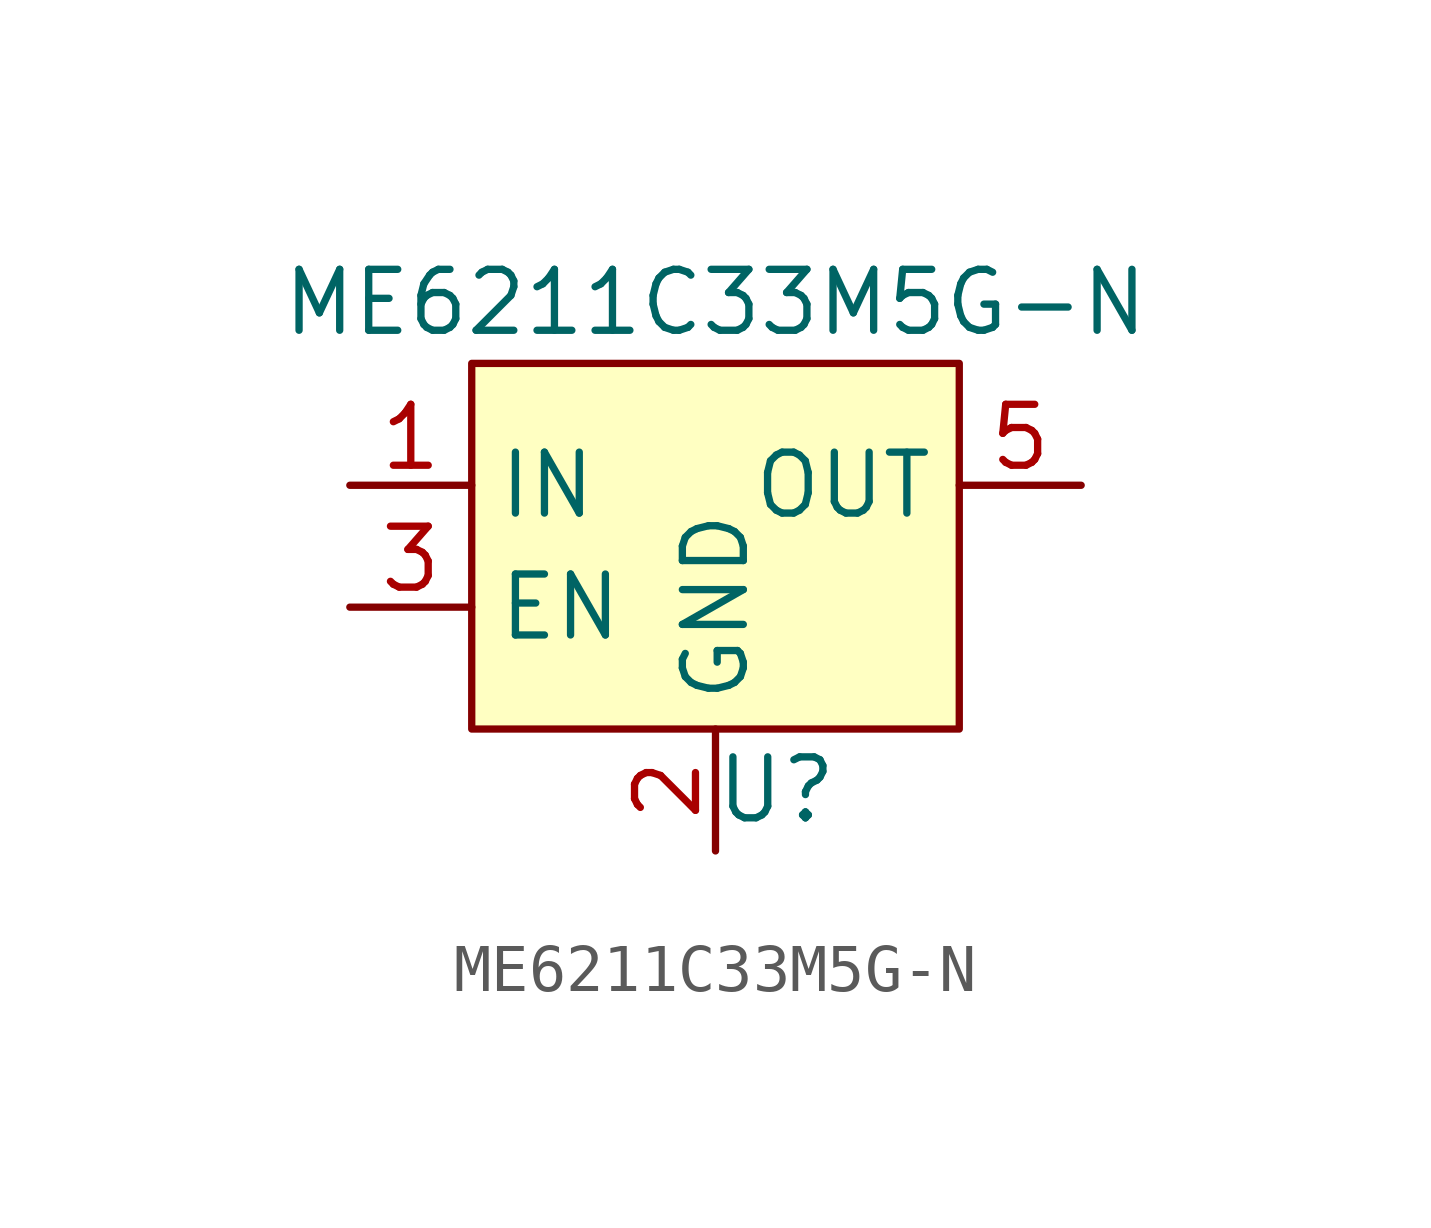
<source format=kicad_sym>
(kicad_symbol_lib
  (version 20211014)
  (generator kicad_symbol_editor)
  (symbol "ME6211C33M5G-N"
    (property "Reference" "U"
      (at 1.27 0 0)
      (effects (font (size 1.27 1.27))))
    (property "Value" "ME6211C33M5G-N"
      (at 0 10.16 0)
      (effects (font (size 1.27 1.27))))
    (symbol "ME6211C33M5G-N_0_1"
      (rectangle (start -5.08 8.89) (end 5.08 1.27) (stroke (width 0) (type default) (color 0 0 0 0)) (fill (type background))))
    (symbol "ME6211C33M5G-N_1_1"
      (pin power_in line (at -7.62 6.35 0) (length 2.54) (name "IN" (effects (font (size 1.27 1.27)))) (number "1" (effects (font (size 1.27 1.27)))))
      (pin power_in line (at 0 -1.27 90) (length 2.54) (name "GND" (effects (font (size 1.27 1.27)))) (number "2" (effects (font (size 1.27 1.27)))))
      (pin input line (at -7.62 3.81 0) (length 2.54) (name "EN" (effects (font (size 1.27 1.27)))) (number "3" (effects (font (size 1.27 1.27)))))
      (pin no_connect line (at 7.62 3.81 180) (length 2.54) hide (name "NC" (effects (font (size 1.27 1.27)))) (number "4" (effects (font (size 1.27 1.27)))))
      (pin power_out line (at 7.62 6.35 180) (length 2.54) (name "OUT" (effects (font (size 1.27 1.27)))) (number "5" (effects (font (size 1.27 1.27))))))))
</source>
